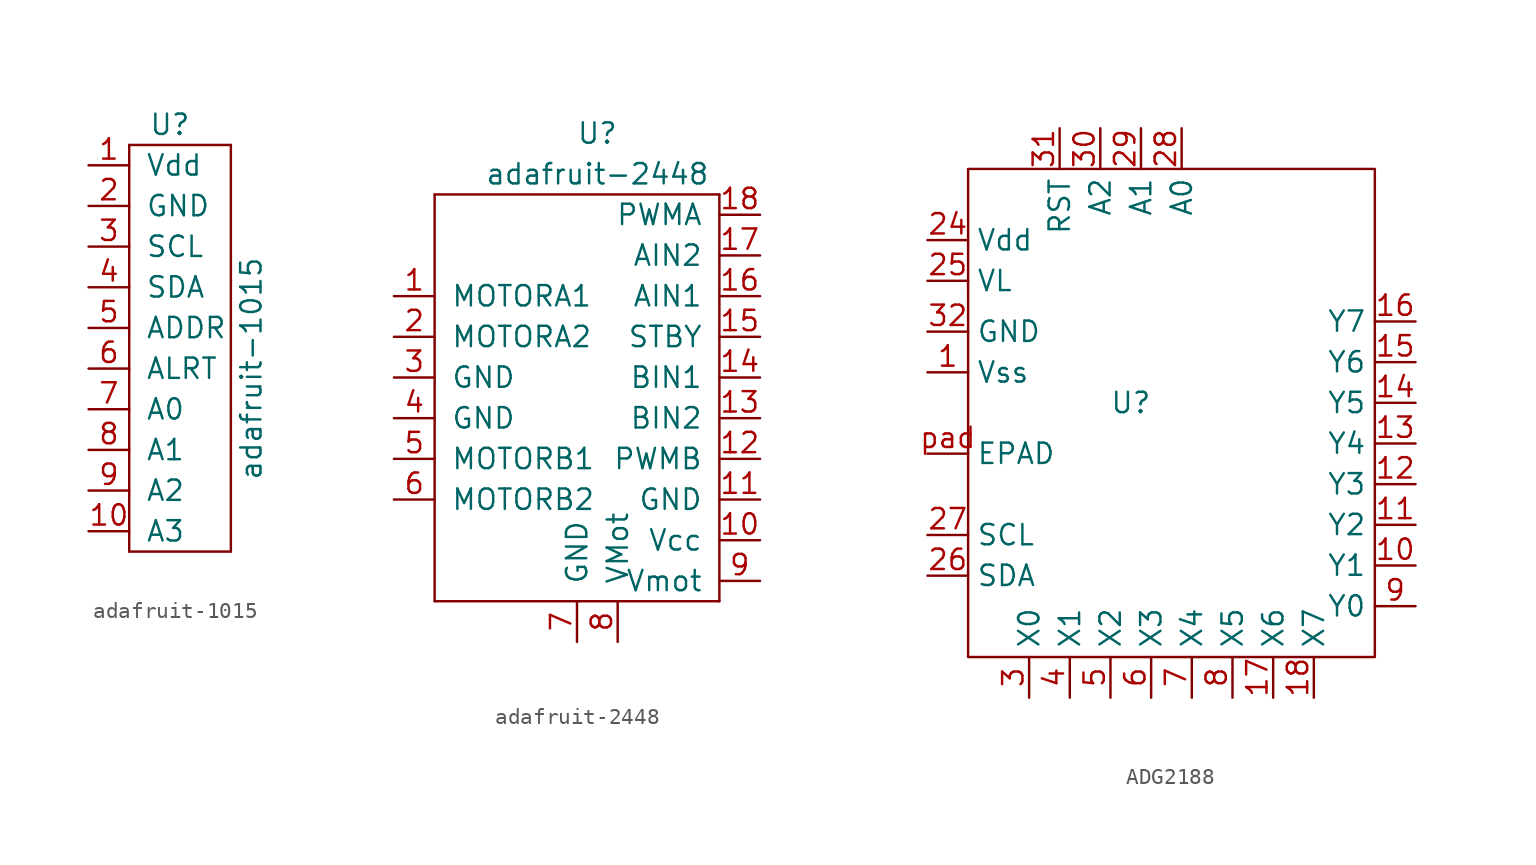
<source format=kicad_sym>
(kicad_symbol_lib
  (version 20220914)
  (generator kicad_symbol_editor)
  (symbol "adafruit-1015"
    (pin_names
      (offset 1.016))
    (property "Reference" "U"
      (at 0 13.97 0)
      (effects (font (size 1.27 1.27))))
    (property "Value" "adafruit-1015"
      (at 5.08 -1.27 90)
      (effects (font (size 1.27 1.27))))
    (symbol "adafruit-1015_0_1"
      (rectangle (start -2.54 -12.7) (end 3.81 -12.7) (stroke (width 0) (type solid)) (fill (type none)))
      (rectangle (start -2.54 12.7) (end -2.54 -12.7) (stroke (width 0) (type solid)) (fill (type none)))
      (rectangle (start 3.81 -12.7) (end 3.81 12.7) (stroke (width 0) (type solid)) (fill (type none)))
      (rectangle (start 3.81 12.7) (end -2.54 12.7) (stroke (width 0) (type solid)) (fill (type none))))
    (symbol "adafruit-1015_1_1"
      (pin power_in line (at -5.08 11.43 0) (length 2.54) (name "Vdd" (effects (font (size 1.27 1.27)))) (number "1" (effects (font (size 1.27 1.27)))))
      (pin input line (at -5.08 -11.43 0) (length 2.54) (name "A3" (effects (font (size 1.27 1.27)))) (number "10" (effects (font (size 1.27 1.27)))))
      (pin power_in line (at -5.08 8.89 0) (length 2.54) (name "GND" (effects (font (size 1.27 1.27)))) (number "2" (effects (font (size 1.27 1.27)))))
      (pin input line (at -5.08 6.35 0) (length 2.54) (name "SCL" (effects (font (size 1.27 1.27)))) (number "3" (effects (font (size 1.27 1.27)))))
      (pin input line (at -5.08 3.81 0) (length 2.54) (name "SDA" (effects (font (size 1.27 1.27)))) (number "4" (effects (font (size 1.27 1.27)))))
      (pin input line (at -5.08 1.27 0) (length 2.54) (name "ADDR" (effects (font (size 1.27 1.27)))) (number "5" (effects (font (size 1.27 1.27)))))
      (pin output line (at -5.08 -1.27 0) (length 2.54) (name "ALRT" (effects (font (size 1.27 1.27)))) (number "6" (effects (font (size 1.27 1.27)))))
      (pin input line (at -5.08 -3.81 0) (length 2.54) (name "A0" (effects (font (size 1.27 1.27)))) (number "7" (effects (font (size 1.27 1.27)))))
      (pin input line (at -5.08 -6.35 0) (length 2.54) (name "A1" (effects (font (size 1.27 1.27)))) (number "8" (effects (font (size 1.27 1.27)))))
      (pin input line (at -5.08 -8.89 0) (length 2.54) (name "A2" (effects (font (size 1.27 1.27)))) (number "9" (effects (font (size 1.27 1.27)))))))
  (symbol "adafruit-2448"
    (pin_names
      (offset 1.016))
    (property "Reference" "U"
      (at 0 16.51 0)
      (effects (font (size 1.27 1.27))))
    (property "Value" "adafruit-2448"
      (at 0 13.97 0)
      (effects (font (size 1.27 1.27))))
    (symbol "adafruit-2448_0_1"
      (rectangle (start -10.16 -12.7) (end -10.16 12.7) (stroke (width 0) (type solid)) (fill (type none)))
      (rectangle (start -10.16 12.7) (end 7.62 12.7) (stroke (width 0) (type solid)) (fill (type none)))
      (rectangle (start 7.62 -12.7) (end -10.16 -12.7) (stroke (width 0) (type solid)) (fill (type none)))
      (rectangle (start 7.62 12.7) (end 7.62 -12.7) (stroke (width 0) (type solid)) (fill (type none))))
    (symbol "adafruit-2448_1_1"
      (pin output line (at -12.7 6.35 0) (length 2.54) (name "MOTORA1" (effects (font (size 1.27 1.27)))) (number "1" (effects (font (size 1.27 1.27)))))
      (pin power_in line (at 10.16 -8.89 180) (length 2.54) (name "Vcc" (effects (font (size 1.27 1.27)))) (number "10" (effects (font (size 1.27 1.27)))))
      (pin power_in line (at 10.16 -6.35 180) (length 2.54) (name "GND" (effects (font (size 1.27 1.27)))) (number "11" (effects (font (size 1.27 1.27)))))
      (pin input line (at 10.16 -3.81 180) (length 2.54) (name "PWMB" (effects (font (size 1.27 1.27)))) (number "12" (effects (font (size 1.27 1.27)))))
      (pin input line (at 10.16 -1.27 180) (length 2.54) (name "BIN2" (effects (font (size 1.27 1.27)))) (number "13" (effects (font (size 1.27 1.27)))))
      (pin input line (at 10.16 1.27 180) (length 2.54) (name "BIN1" (effects (font (size 1.27 1.27)))) (number "14" (effects (font (size 1.27 1.27)))))
      (pin input line (at 10.16 3.81 180) (length 2.54) (name "STBY" (effects (font (size 1.27 1.27)))) (number "15" (effects (font (size 1.27 1.27)))))
      (pin input line (at 10.16 6.35 180) (length 2.54) (name "AIN1" (effects (font (size 1.27 1.27)))) (number "16" (effects (font (size 1.27 1.27)))))
      (pin input line (at 10.16 8.89 180) (length 2.54) (name "AIN2" (effects (font (size 1.27 1.27)))) (number "17" (effects (font (size 1.27 1.27)))))
      (pin input line (at 10.16 11.43 180) (length 2.54) (name "PWMA" (effects (font (size 1.27 1.27)))) (number "18" (effects (font (size 1.27 1.27)))))
      (pin output line (at -12.7 3.81 0) (length 2.54) (name "MOTORA2" (effects (font (size 1.27 1.27)))) (number "2" (effects (font (size 1.27 1.27)))))
      (pin power_in line (at -12.7 1.27 0) (length 2.54) (name "GND" (effects (font (size 1.27 1.27)))) (number "3" (effects (font (size 1.27 1.27)))))
      (pin power_in line (at -12.7 -1.27 0) (length 2.54) (name "GND" (effects (font (size 1.27 1.27)))) (number "4" (effects (font (size 1.27 1.27)))))
      (pin output line (at -12.7 -3.81 0) (length 2.54) (name "MOTORB1" (effects (font (size 1.27 1.27)))) (number "5" (effects (font (size 1.27 1.27)))))
      (pin output line (at -12.7 -6.35 0) (length 2.54) (name "MOTORB2" (effects (font (size 1.27 1.27)))) (number "6" (effects (font (size 1.27 1.27)))))
      (pin power_in line (at -1.27 -15.24 90) (length 2.54) (name "GND" (effects (font (size 1.27 1.27)))) (number "7" (effects (font (size 1.27 1.27)))))
      (pin power_in line (at 1.27 -15.24 90) (length 2.54) (name "VMot" (effects (font (size 1.27 1.27)))) (number "8" (effects (font (size 1.27 1.27)))))
      (pin power_in line (at 10.16 -11.43 180) (length 2.54) (name "Vmot" (effects (font (size 1.27 1.27)))) (number "9" (effects (font (size 1.27 1.27)))))))
  (symbol "ADG2188"
    (property "Reference" "U"
      (at -2.54 0 0)
      (effects (font (size 1.27 1.27))))
    (property "Value" ""
      (at 0 -3.175 0)
      (effects (font (size 1.27 1.27))))
    (symbol "ADG2188_0_1"
      (polyline (pts (xy -12.7 14.605) (xy 12.7 14.605) (xy 12.7 -15.875) (xy -12.7 -15.875) (xy -12.7 14.605)) (stroke (width 0) (type default)) (fill (type none))))
    (symbol "ADG2188_1_1"
      (pin power_in line (at -15.24 1.905 0) (length 2.54) (name "Vss" (effects (font (size 1.27 1.27)))) (number "1" (effects (font (size 1.27 1.27)))))
      (pin bidirectional line (at 15.24 -10.16 180) (length 2.54) (name "Y1" (effects (font (size 1.27 1.27)))) (number "10" (effects (font (size 1.27 1.27)))))
      (pin bidirectional line (at 15.24 -7.62 180) (length 2.54) (name "Y2" (effects (font (size 1.27 1.27)))) (number "11" (effects (font (size 1.27 1.27)))))
      (pin bidirectional line (at 15.24 -5.08 180) (length 2.54) (name "Y3" (effects (font (size 1.27 1.27)))) (number "12" (effects (font (size 1.27 1.27)))))
      (pin bidirectional line (at 15.24 -2.54 180) (length 2.54) (name "Y4" (effects (font (size 1.27 1.27)))) (number "13" (effects (font (size 1.27 1.27)))))
      (pin bidirectional line (at 15.24 0 180) (length 2.54) (name "Y5" (effects (font (size 1.27 1.27)))) (number "14" (effects (font (size 1.27 1.27)))))
      (pin bidirectional line (at 15.24 2.54 180) (length 2.54) (name "Y6" (effects (font (size 1.27 1.27)))) (number "15" (effects (font (size 1.27 1.27)))))
      (pin bidirectional line (at 15.24 5.08 180) (length 2.54) (name "Y7" (effects (font (size 1.27 1.27)))) (number "16" (effects (font (size 1.27 1.27)))))
      (pin bidirectional line (at 6.35 -18.415 90) (length 2.54) (name "X6" (effects (font (size 1.27 1.27)))) (number "17" (effects (font (size 1.27 1.27)))))
      (pin bidirectional line (at 8.89 -18.415 90) (length 2.54) (name "X7" (effects (font (size 1.27 1.27)))) (number "18" (effects (font (size 1.27 1.27)))))
      (pin power_in line (at -15.24 10.16 0) (length 2.54) (name "Vdd" (effects (font (size 1.27 1.27)))) (number "24" (effects (font (size 1.27 1.27)))))
      (pin power_in line (at -15.24 7.62 0) (length 2.54) (name "VL" (effects (font (size 1.27 1.27)))) (number "25" (effects (font (size 1.27 1.27)))))
      (pin input line (at -15.24 -10.795 0) (length 2.54) (name "SDA" (effects (font (size 1.27 1.27)))) (number "26" (effects (font (size 1.27 1.27)))))
      (pin input line (at -15.24 -8.255 0) (length 2.54) (name "SCL" (effects (font (size 1.27 1.27)))) (number "27" (effects (font (size 1.27 1.27)))))
      (pin input line (at 0.635 17.145 270) (length 2.54) (name "A0" (effects (font (size 1.27 1.27)))) (number "28" (effects (font (size 1.27 1.27)))))
      (pin input line (at -1.905 17.145 270) (length 2.54) (name "A1" (effects (font (size 1.27 1.27)))) (number "29" (effects (font (size 1.27 1.27)))))
      (pin bidirectional line (at -8.89 -18.415 90) (length 2.54) (name "X0" (effects (font (size 1.27 1.27)))) (number "3" (effects (font (size 1.27 1.27)))))
      (pin input line (at -4.445 17.145 270) (length 2.54) (name "A2" (effects (font (size 1.27 1.27)))) (number "30" (effects (font (size 1.27 1.27)))))
      (pin input line (at -6.985 17.145 270) (length 2.54) (name "RST" (effects (font (size 1.27 1.27)))) (number "31" (effects (font (size 1.27 1.27)))))
      (pin power_in line (at -15.24 4.445 0) (length 2.54) (name "GND" (effects (font (size 1.27 1.27)))) (number "32" (effects (font (size 1.27 1.27)))))
      (pin bidirectional line (at -6.35 -18.415 90) (length 2.54) (name "X1" (effects (font (size 1.27 1.27)))) (number "4" (effects (font (size 1.27 1.27)))))
      (pin bidirectional line (at -3.81 -18.415 90) (length 2.54) (name "X2" (effects (font (size 1.27 1.27)))) (number "5" (effects (font (size 1.27 1.27)))))
      (pin bidirectional line (at -1.27 -18.415 90) (length 2.54) (name "X3" (effects (font (size 1.27 1.27)))) (number "6" (effects (font (size 1.27 1.27)))))
      (pin bidirectional line (at 1.27 -18.415 90) (length 2.54) (name "X4" (effects (font (size 1.27 1.27)))) (number "7" (effects (font (size 1.27 1.27)))))
      (pin bidirectional line (at 3.81 -18.415 90) (length 2.54) (name "X5" (effects (font (size 1.27 1.27)))) (number "8" (effects (font (size 1.27 1.27)))))
      (pin bidirectional line (at 15.24 -12.7 180) (length 2.54) (name "Y0" (effects (font (size 1.27 1.27)))) (number "9" (effects (font (size 1.27 1.27)))))
      (pin power_in line (at -15.24 -3.175 0) (length 2.54) (name "EPAD" (effects (font (size 1.27 1.27)))) (number "pad" (effects (font (size 1.27 1.27))))))))
</source>
